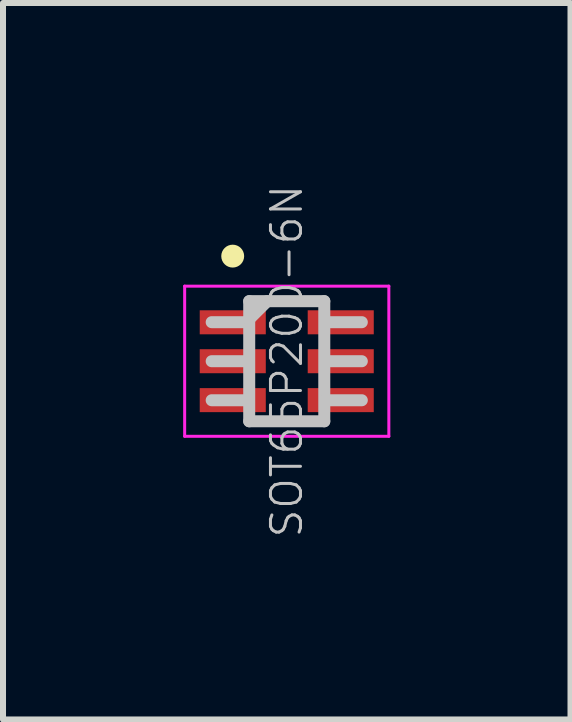
<source format=kicad_pcb>
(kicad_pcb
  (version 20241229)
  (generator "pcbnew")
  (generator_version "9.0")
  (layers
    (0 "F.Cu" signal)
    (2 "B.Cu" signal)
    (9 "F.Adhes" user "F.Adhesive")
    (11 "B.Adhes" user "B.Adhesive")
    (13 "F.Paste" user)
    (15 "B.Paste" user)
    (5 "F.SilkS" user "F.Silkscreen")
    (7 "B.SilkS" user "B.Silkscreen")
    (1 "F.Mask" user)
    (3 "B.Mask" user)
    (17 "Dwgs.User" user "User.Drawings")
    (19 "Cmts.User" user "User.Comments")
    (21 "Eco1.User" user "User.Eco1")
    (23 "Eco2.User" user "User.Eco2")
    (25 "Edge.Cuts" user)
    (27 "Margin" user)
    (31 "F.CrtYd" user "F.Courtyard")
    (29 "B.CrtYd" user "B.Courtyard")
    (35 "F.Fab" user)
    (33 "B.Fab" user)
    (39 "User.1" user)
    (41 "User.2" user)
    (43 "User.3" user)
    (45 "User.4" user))
  (footprint "SOT65P200-6N"
    (layer "F.Cu")
    (at 1.725 2.965)
    (property "Reference" "SOT65P200-6N" (at 0 0 90) (layer "Dwgs.User") (effects (font (size 0.5 0.5) (thickness 0.05))))
    (attr smd)
    (fp_line (start -0.9 -1.75) (end -0.9 -1.75) (stroke (width 0.381) (type solid)) (layer "F.SilkS"))
    (fp_line (start -0.65 -0.65) (end -1.25 -0.65) (stroke (width 0.2) (type solid)) (layer "Dwgs.User"))
    (fp_line (start -0.65 0) (end -1.25 0) (stroke (width 0.2) (type solid)) (layer "Dwgs.User"))
    (fp_line (start -0.65 0.65) (end -1.25 0.65) (stroke (width 0.2) (type solid)) (layer "Dwgs.User"))
    (fp_line (start -0.625 -1) (end -0.625 1) (stroke (width 0.2) (type solid)) (layer "Dwgs.User"))
    (fp_line (start -0.625 -1) (end 0.625 -1) (stroke (width 0.2) (type solid)) (layer "Dwgs.User"))
    (fp_line (start -0.625 -0.7) (end -0.325 -1) (stroke (width 0.2) (type solid)) (layer "Dwgs.User"))
    (fp_line (start -0.625 1) (end 0.625 1) (stroke (width 0.2) (type solid)) (layer "Dwgs.User"))
    (fp_line (start 0.625 -1) (end 0.625 1) (stroke (width 0.2) (type solid)) (layer "Dwgs.User"))
    (fp_line (start 1.25 -0.65) (end 0.65 -0.65) (stroke (width 0.2) (type solid)) (layer "Dwgs.User"))
    (fp_line (start 1.25 0) (end 0.65 0) (stroke (width 0.2) (type solid)) (layer "Dwgs.User"))
    (fp_line (start 1.25 0.65) (end 0.65 0.65) (stroke (width 0.2) (type solid)) (layer "Dwgs.User"))
    (fp_line (start -1.7 -1.25) (end -1.7 1.25) (stroke (width 0.05) (type solid)) (layer "F.CrtYd"))
    (fp_line (start -1.7 -1.25) (end 1.7 -1.25) (stroke (width 0.05) (type solid)) (layer "F.CrtYd"))
    (fp_line (start -1.7 1.25) (end 1.7 1.25) (stroke (width 0.05) (type solid)) (layer "F.CrtYd"))
    (fp_line (start 1.7 -1.25) (end 1.7 1.25) (stroke (width 0.05) (type solid)) (layer "F.CrtYd"))
    (pad "1" smd rect (at -0.899 -0.648 90) (size 0.4 1.1) (layers "F.Cu" "F.Mask" "F.Paste"))
    (pad "2" smd rect (at -0.899 0 90) (size 0.4 1.1) (layers "F.Cu" "F.Mask" "F.Paste"))
    (pad "3" smd rect (at -0.899 0.648 90) (size 0.4 1.1) (layers "F.Cu" "F.Mask" "F.Paste"))
    (pad "4" smd rect (at 0.899 0.648 90) (size 0.4 1.1) (layers "F.Cu" "F.Mask" "F.Paste"))
    (pad "5" smd rect (at 0.899 0 90) (size 0.4 1.1) (layers "F.Cu" "F.Mask" "F.Paste"))
    (pad "6" smd rect (at 0.899 -0.648 90) (size 0.4 1.1) (layers "F.Cu" "F.Mask" "F.Paste")))
  (gr_rect
    (start -3 -3)
    (end 6.45 8.931)
    (stroke (width 0.1) (type default))
    (fill no)
    (layer "Edge.Cuts")))
</source>
